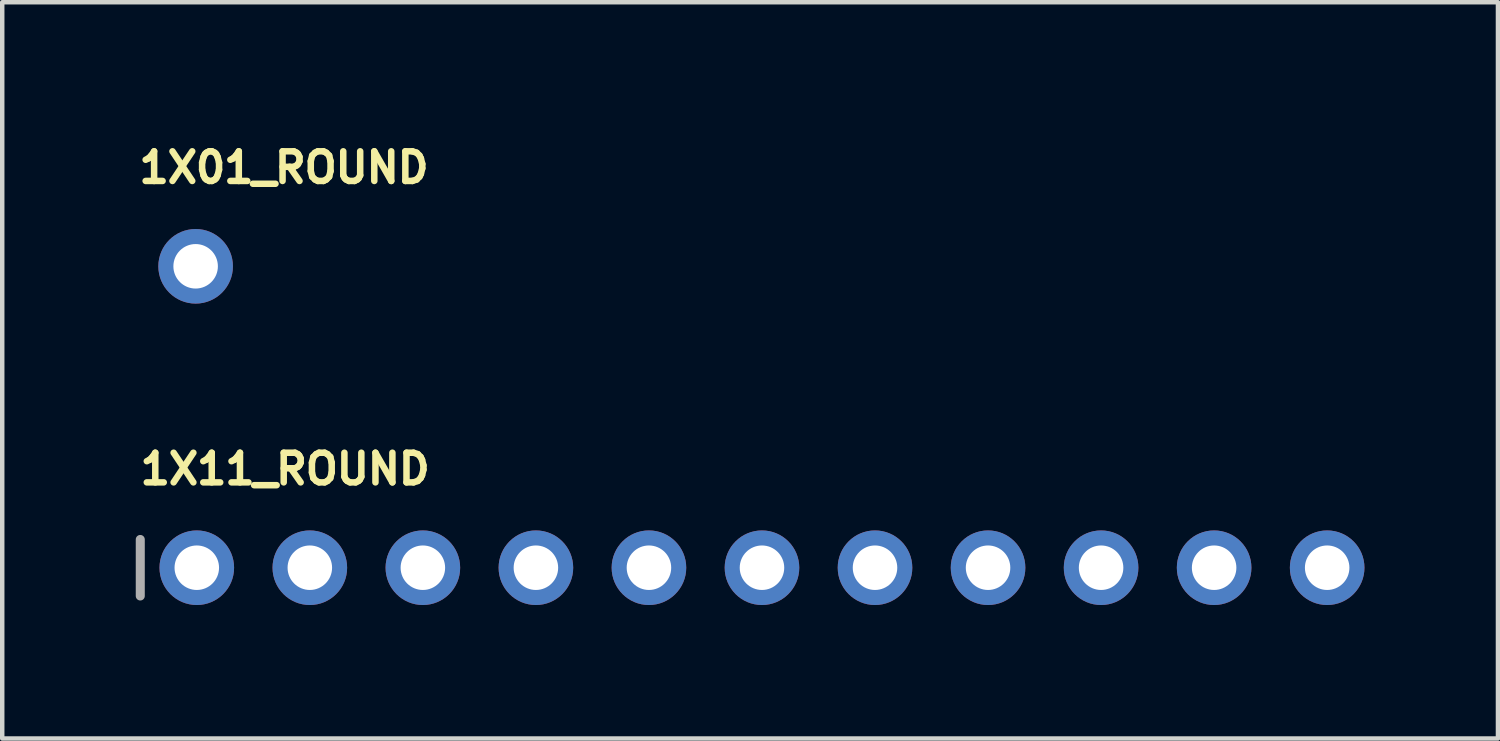
<source format=kicad_pcb>
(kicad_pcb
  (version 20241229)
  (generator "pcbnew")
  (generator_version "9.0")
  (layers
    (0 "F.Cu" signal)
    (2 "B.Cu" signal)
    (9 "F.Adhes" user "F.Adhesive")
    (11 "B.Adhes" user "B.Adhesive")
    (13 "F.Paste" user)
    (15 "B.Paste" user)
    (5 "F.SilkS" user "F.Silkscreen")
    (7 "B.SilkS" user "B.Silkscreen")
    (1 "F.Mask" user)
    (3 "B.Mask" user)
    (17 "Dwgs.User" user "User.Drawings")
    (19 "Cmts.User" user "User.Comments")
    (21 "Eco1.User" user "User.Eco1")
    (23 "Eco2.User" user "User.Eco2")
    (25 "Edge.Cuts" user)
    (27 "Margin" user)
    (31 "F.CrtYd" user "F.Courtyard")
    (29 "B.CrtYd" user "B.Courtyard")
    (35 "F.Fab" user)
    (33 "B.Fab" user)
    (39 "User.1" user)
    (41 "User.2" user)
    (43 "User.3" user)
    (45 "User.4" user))
  (footprint "1X11_ROUND"
    (layer "F.Cu")
    (at 14.072 9.707)
    (property "Reference" "1X11_ROUND" (at -14.046 -1.829 0) (unlocked yes) (layer "F.SilkS") (effects (font (size 0.666 0.666) (thickness 0.146)) (justify left bottom)))
    (fp_line (start -13.97 -0.635) (end -13.97 0.635) (stroke (width 0.203) (type solid)) (layer "F.Fab"))
    (fp_poly (pts (xy -12.954 0.254) (xy -12.446 0.254) (xy -12.446 -0.254) (xy -12.954 -0.254)) (stroke (width 0.1) (type default)) (fill no) (layer "F.Fab"))
    (fp_poly (pts (xy -10.414 0.254) (xy -9.906 0.254) (xy -9.906 -0.254) (xy -10.414 -0.254)) (stroke (width 0.1) (type default)) (fill no) (layer "F.Fab"))
    (fp_poly (pts (xy -7.874 0.254) (xy -7.366 0.254) (xy -7.366 -0.254) (xy -7.874 -0.254)) (stroke (width 0.1) (type default)) (fill no) (layer "F.Fab"))
    (fp_poly (pts (xy -5.334 0.254) (xy -4.826 0.254) (xy -4.826 -0.254) (xy -5.334 -0.254)) (stroke (width 0.1) (type default)) (fill no) (layer "F.Fab"))
    (fp_poly (pts (xy -2.794 0.254) (xy -2.286 0.254) (xy -2.286 -0.254) (xy -2.794 -0.254)) (stroke (width 0.1) (type default)) (fill no) (layer "F.Fab"))
    (fp_poly (pts (xy -0.254 0.254) (xy 0.254 0.254) (xy 0.254 -0.254) (xy -0.254 -0.254)) (stroke (width 0.1) (type default)) (fill no) (layer "F.Fab"))
    (fp_poly (pts (xy 2.286 0.254) (xy 2.794 0.254) (xy 2.794 -0.254) (xy 2.286 -0.254)) (stroke (width 0.1) (type default)) (fill no) (layer "F.Fab"))
    (fp_poly (pts (xy 4.826 0.254) (xy 5.334 0.254) (xy 5.334 -0.254) (xy 4.826 -0.254)) (stroke (width 0.1) (type default)) (fill no) (layer "F.Fab"))
    (fp_poly (pts (xy 7.366 0.254) (xy 7.874 0.254) (xy 7.874 -0.254) (xy 7.366 -0.254)) (stroke (width 0.1) (type default)) (fill no) (layer "F.Fab"))
    (fp_poly (pts (xy 9.906 0.254) (xy 10.414 0.254) (xy 10.414 -0.254) (xy 9.906 -0.254)) (stroke (width 0.1) (type default)) (fill no) (layer "F.Fab"))
    (fp_poly (pts (xy 12.446 0.254) (xy 12.954 0.254) (xy 12.954 -0.254) (xy 12.446 -0.254)) (stroke (width 0.1) (type default)) (fill no) (layer "F.Fab"))
    (pad "1" thru_hole circle (at -12.7 0 90) (size 1.676 1.676) (drill 1) (layers "*.Cu" "*.Mask"))
    (pad "2" thru_hole circle (at -10.16 0 90) (size 1.676 1.676) (drill 1) (layers "*.Cu" "*.Mask"))
    (pad "3" thru_hole circle (at -7.62 0 90) (size 1.676 1.676) (drill 1) (layers "*.Cu" "*.Mask"))
    (pad "4" thru_hole circle (at -5.08 0 90) (size 1.676 1.676) (drill 1) (layers "*.Cu" "*.Mask"))
    (pad "5" thru_hole circle (at -2.54 0 90) (size 1.676 1.676) (drill 1) (layers "*.Cu" "*.Mask"))
    (pad "6" thru_hole circle (at 0 0 90) (size 1.676 1.676) (drill 1) (layers "*.Cu" "*.Mask"))
    (pad "7" thru_hole circle (at 2.54 0 90) (size 1.676 1.676) (drill 1) (layers "*.Cu" "*.Mask"))
    (pad "8" thru_hole circle (at 5.08 0 90) (size 1.676 1.676) (drill 1) (layers "*.Cu" "*.Mask"))
    (pad "9" thru_hole circle (at 7.62 0 90) (size 1.676 1.676) (drill 1) (layers "*.Cu" "*.Mask"))
    (pad "10" thru_hole circle (at 10.16 0 90) (size 1.676 1.676) (drill 1) (layers "*.Cu" "*.Mask"))
    (pad "11" thru_hole circle (at 12.7 0 90) (size 1.676 1.676) (drill 1) (layers "*.Cu" "*.Mask")))
  (footprint "1X01_ROUND"
    (layer "F.Cu")
    (at 1.346 2.934)
    (property "Reference" "1X01_ROUND" (at -1.346 -1.829 0) (unlocked yes) (layer "F.SilkS") (effects (font (size 0.666 0.666) (thickness 0.146)) (justify left bottom)))
    (fp_poly (pts (xy -0.254 0.254) (xy 0.254 0.254) (xy 0.254 -0.254) (xy -0.254 -0.254)) (stroke (width 0.1) (type default)) (fill no) (layer "F.Fab"))
    (pad "1" thru_hole circle (at 0 0 90) (size 1.676 1.676) (drill 1) (layers "*.Cu" "*.Mask")))
  (gr_rect
    (start -3 -3)
    (end 30.61 13.545)
    (stroke (width 0.1) (type default))
    (fill no)
    (layer "Edge.Cuts")))
</source>
